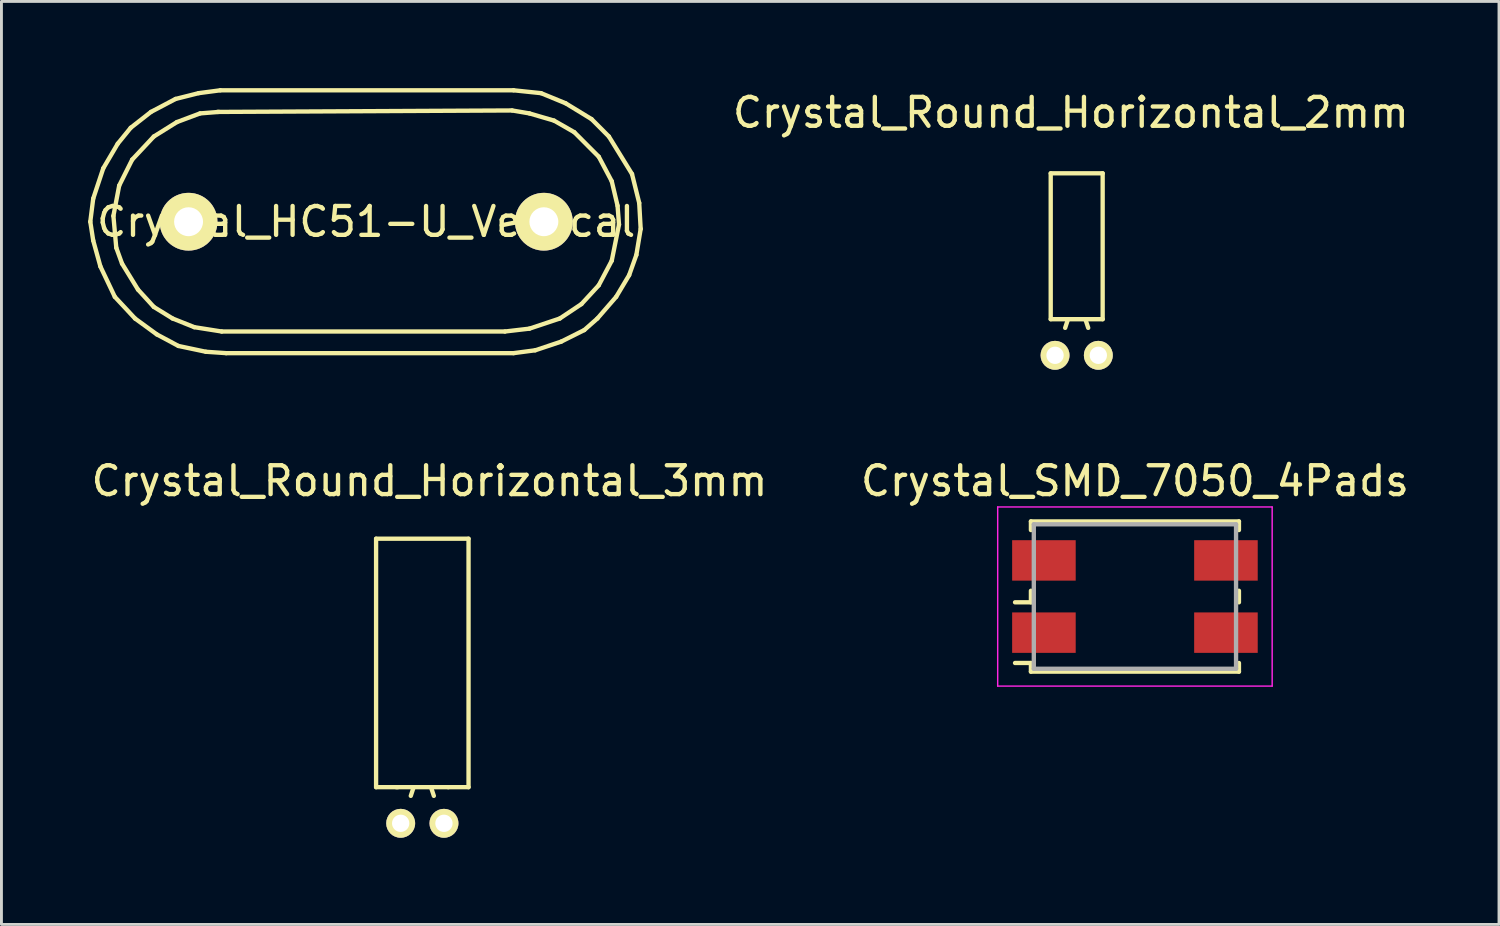
<source format=kicad_pcb>
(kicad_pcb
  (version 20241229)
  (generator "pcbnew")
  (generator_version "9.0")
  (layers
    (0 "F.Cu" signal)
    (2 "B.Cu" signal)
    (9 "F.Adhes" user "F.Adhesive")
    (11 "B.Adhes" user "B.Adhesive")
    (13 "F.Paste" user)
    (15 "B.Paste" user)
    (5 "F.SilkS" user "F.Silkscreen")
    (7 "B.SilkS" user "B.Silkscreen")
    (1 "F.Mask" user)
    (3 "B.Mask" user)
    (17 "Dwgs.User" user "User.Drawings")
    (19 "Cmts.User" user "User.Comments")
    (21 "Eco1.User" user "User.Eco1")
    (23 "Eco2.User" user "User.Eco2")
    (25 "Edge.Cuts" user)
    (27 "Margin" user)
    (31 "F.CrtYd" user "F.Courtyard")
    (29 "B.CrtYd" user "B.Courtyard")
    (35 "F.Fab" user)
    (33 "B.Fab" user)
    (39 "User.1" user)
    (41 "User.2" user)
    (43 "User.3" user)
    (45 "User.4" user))
  (footprint "Crystal_SMD_7050_4Pads"
    (layer "F.Cu")
    (at 36.232 17.597)
    (property "Reference" "Crystal_SMD_7050_4Pads" (at 0 -4 0) (layer "F.SilkS") (effects (font (size 1 1) (thickness 0.15))))
    (attr smd)
    (fp_line (start -3.6 -2.6) (end -3.6 -2.3) (stroke (width 0.15) (type solid)) (layer "F.SilkS"))
    (fp_line (start -3.6 -2.6) (end 3.6 -2.6) (stroke (width 0.15) (type solid)) (layer "F.SilkS"))
    (fp_line (start -3.6 0.2) (end -4.15 0.2) (stroke (width 0.15) (type solid)) (layer "F.SilkS"))
    (fp_line (start -3.6 0.2) (end -3.6 -0.2) (stroke (width 0.15) (type solid)) (layer "F.SilkS"))
    (fp_line (start -3.6 2.3) (end -4.15 2.3) (stroke (width 0.15) (type solid)) (layer "F.SilkS"))
    (fp_line (start -3.6 2.6) (end -3.6 2.3) (stroke (width 0.15) (type solid)) (layer "F.SilkS"))
    (fp_line (start -3.6 2.6) (end 3.6 2.6) (stroke (width 0.15) (type solid)) (layer "F.SilkS"))
    (fp_line (start 3.6 -2.6) (end 3.6 -2.3) (stroke (width 0.15) (type solid)) (layer "F.SilkS"))
    (fp_line (start 3.6 0.2) (end 3.6 -0.2) (stroke (width 0.15) (type solid)) (layer "F.SilkS"))
    (fp_line (start 3.6 2.6) (end 3.6 2.3) (stroke (width 0.15) (type solid)) (layer "F.SilkS"))
    (fp_line (start -4.75 -3.1) (end -4.75 3.1) (stroke (width 0.05) (type solid)) (layer "F.CrtYd"))
    (fp_line (start 4.75 -3.1) (end -4.75 -3.1) (stroke (width 0.05) (type solid)) (layer "F.CrtYd"))
    (fp_line (start 4.75 -3.1) (end 4.75 3.1) (stroke (width 0.05) (type solid)) (layer "F.CrtYd"))
    (fp_line (start 4.75 3.1) (end -4.75 3.1) (stroke (width 0.05) (type solid)) (layer "F.CrtYd"))
    (fp_line (start -3.5 -2.5) (end 3.5 -2.5) (stroke (width 0.15) (type solid)) (layer "F.Fab"))
    (fp_line (start -3.5 2.5) (end -3.5 -2.5) (stroke (width 0.15) (type solid)) (layer "F.Fab"))
    (fp_line (start 3.5 -2.5) (end 3.5 2.5) (stroke (width 0.15) (type solid)) (layer "F.Fab"))
    (fp_line (start 3.5 2.5) (end -3.5 2.5) (stroke (width 0.15) (type solid)) (layer "F.Fab"))
    (pad "1" smd rect (at -3.15 1.25) (size 2.2 1.4) (layers "F.Cu" "F.Mask" "F.Paste"))
    (pad "2" smd rect (at 3.15 -1.25) (size 2.2 1.4) (layers "F.Cu" "F.Mask" "F.Paste"))
    (pad "3" smd rect (at -3.15 -1.25) (size 2.2 1.4) (layers "F.Cu" "F.Mask" "F.Paste"))
    (pad "3" smd rect (at 3.15 1.25) (size 2.2 1.4) (layers "F.Cu" "F.Mask" "F.Paste")))
  (footprint "Crystal_Round_Horizontal_2mm"
    (layer "F.Cu")
    (at 34.216 9.248)
    (property "Reference" "Crystal_Round_Horizontal_2mm" (at -0.201 -8.4 0) (layer "F.SilkS") (effects (font (size 1 1) (thickness 0.15))))
    (attr through_hole)
    (fp_line (start -0.899 -6.299) (end -0.899 -1.25) (stroke (width 0.15) (type solid)) (layer "F.SilkS"))
    (fp_line (start -0.3 -1.25) (end -0.399 -0.95) (stroke (width 0.15) (type solid)) (layer "F.SilkS"))
    (fp_line (start 0.3 -1.25) (end 0.399 -0.95) (stroke (width 0.15) (type solid)) (layer "F.SilkS"))
    (fp_line (start 0.899 -6.299) (end -0.899 -6.299) (stroke (width 0.15) (type solid)) (layer "F.SilkS"))
    (fp_line (start 0.899 -1.25) (end -0.899 -1.25) (stroke (width 0.15) (type solid)) (layer "F.SilkS"))
    (fp_line (start 0.899 -1.25) (end 0.899 -6.299) (stroke (width 0.15) (type solid)) (layer "F.SilkS"))
    (pad "1" thru_hole circle (at -0.749 0) (size 1.001 1.001) (drill 0.599) (layers "*.Cu" "*.Mask" "F.SilkS"))
    (pad "2" thru_hole circle (at 0.749 0) (size 1.001 1.001) (drill 0.599) (layers "*.Cu" "*.Mask" "F.SilkS")))
  (footprint "Crystal_Round_Horizontal_3mm"
    (layer "F.Cu")
    (at 11.567 25.446)
    (property "Reference" "Crystal_Round_Horizontal_3mm" (at 0.249 -11.849 0) (layer "F.SilkS") (effects (font (size 1 1) (thickness 0.15))))
    (attr through_hole)
    (fp_line (start -1.6 -9.85) (end -1.6 -1.25) (stroke (width 0.15) (type solid)) (layer "F.SilkS"))
    (fp_line (start -0.851 -1.25) (end -1.6 -1.25) (stroke (width 0.15) (type solid)) (layer "F.SilkS"))
    (fp_line (start -0.3 -1.25) (end -0.399 -0.95) (stroke (width 0.15) (type solid)) (layer "F.SilkS"))
    (fp_line (start 0.3 -1.25) (end 0.399 -0.95) (stroke (width 0.15) (type solid)) (layer "F.SilkS"))
    (fp_line (start 0.899 -1.25) (end -0.899 -1.25) (stroke (width 0.15) (type solid)) (layer "F.SilkS"))
    (fp_line (start 0.899 -1.25) (end 1.6 -1.25) (stroke (width 0.15) (type solid)) (layer "F.SilkS"))
    (fp_line (start 1.6 -9.85) (end -1.6 -9.85) (stroke (width 0.15) (type solid)) (layer "F.SilkS"))
    (fp_line (start 1.6 -1.25) (end 1.6 -9.85) (stroke (width 0.15) (type solid)) (layer "F.SilkS"))
    (pad "1" thru_hole circle (at -0.749 0) (size 1.001 1.001) (drill 0.599) (layers "*.Cu" "*.Mask" "F.SilkS"))
    (pad "2" thru_hole circle (at 0.749 0) (size 1.001 1.001) (drill 0.599) (layers "*.Cu" "*.Mask" "F.SilkS")))
  (footprint "Crystal_HC51-U_Vertical"
    (layer "F.Cu")
    (at 9.625 4.624)
    (property "Reference" "Crystal_HC51-U_Vertical" (at 0 0 0) (layer "F.SilkS") (effects (font (size 1 1) (thickness 0.15))))
    (attr through_hole)
    (fp_line (start -9.55 0) (end -9.449 -0.8) (stroke (width 0.15) (type solid)) (layer "F.SilkS"))
    (fp_line (start -9.449 -0.8) (end -9.101 -1.849) (stroke (width 0.15) (type solid)) (layer "F.SilkS"))
    (fp_line (start -9.449 0.65) (end -9.55 0) (stroke (width 0.15) (type solid)) (layer "F.SilkS"))
    (fp_line (start -9.2 1.549) (end -9.449 0.65) (stroke (width 0.15) (type solid)) (layer "F.SilkS"))
    (fp_line (start -9.101 -1.849) (end -8.6 -2.7) (stroke (width 0.15) (type solid)) (layer "F.SilkS"))
    (fp_line (start -8.75 -0.201) (end -8.55 -1.25) (stroke (width 0.15) (type solid)) (layer "F.SilkS"))
    (fp_line (start -8.7 2.601) (end -9.2 1.549) (stroke (width 0.15) (type solid)) (layer "F.SilkS"))
    (fp_line (start -8.651 0.899) (end -8.75 -0.201) (stroke (width 0.15) (type solid)) (layer "F.SilkS"))
    (fp_line (start -8.6 -2.7) (end -8.151 -3.251) (stroke (width 0.15) (type solid)) (layer "F.SilkS"))
    (fp_line (start -8.55 -1.25) (end -8.1 -2.149) (stroke (width 0.15) (type solid)) (layer "F.SilkS"))
    (fp_line (start -8.451 1.45) (end -8.651 0.899) (stroke (width 0.15) (type solid)) (layer "F.SilkS"))
    (fp_line (start -8.151 -3.251) (end -7.45 -3.8) (stroke (width 0.15) (type solid)) (layer "F.SilkS"))
    (fp_line (start -8.1 -2.149) (end -7.351 -2.949) (stroke (width 0.15) (type solid)) (layer "F.SilkS"))
    (fp_line (start -8.001 3.35) (end -8.7 2.601) (stroke (width 0.15) (type solid)) (layer "F.SilkS"))
    (fp_line (start -7.899 2.349) (end -8.451 1.45) (stroke (width 0.15) (type solid)) (layer "F.SilkS"))
    (fp_line (start -7.45 -3.8) (end -6.599 -4.249) (stroke (width 0.15) (type solid)) (layer "F.SilkS"))
    (fp_line (start -7.351 -2.949) (end -6.551 -3.449) (stroke (width 0.15) (type solid)) (layer "F.SilkS"))
    (fp_line (start -7.351 2.949) (end -7.899 2.349) (stroke (width 0.15) (type solid)) (layer "F.SilkS"))
    (fp_line (start -7.249 3.899) (end -8.001 3.35) (stroke (width 0.15) (type solid)) (layer "F.SilkS"))
    (fp_line (start -6.701 3.35) (end -7.351 2.949) (stroke (width 0.15) (type solid)) (layer "F.SilkS"))
    (fp_line (start -6.599 -4.249) (end -5.799 -4.45) (stroke (width 0.15) (type solid)) (layer "F.SilkS"))
    (fp_line (start -6.551 -3.449) (end -5.751 -3.749) (stroke (width 0.15) (type solid)) (layer "F.SilkS"))
    (fp_line (start -6.5 4.3) (end -7.249 3.899) (stroke (width 0.15) (type solid)) (layer "F.SilkS"))
    (fp_line (start -5.951 3.65) (end -6.701 3.35) (stroke (width 0.15) (type solid)) (layer "F.SilkS"))
    (fp_line (start -5.799 -4.45) (end -5.05 -4.549) (stroke (width 0.15) (type solid)) (layer "F.SilkS"))
    (fp_line (start -5.751 -3.749) (end -5.1 -3.8) (stroke (width 0.15) (type solid)) (layer "F.SilkS"))
    (fp_line (start -5.55 4.501) (end -6.5 4.3) (stroke (width 0.15) (type solid)) (layer "F.SilkS"))
    (fp_line (start -5.151 -3.8) (end 5.05 -3.851) (stroke (width 0.15) (type solid)) (layer "F.SilkS"))
    (fp_line (start -5.05 -4.549) (end 5.1 -4.549) (stroke (width 0.15) (type solid)) (layer "F.SilkS"))
    (fp_line (start -5.001 3.8) (end -5.951 3.65) (stroke (width 0.15) (type solid)) (layer "F.SilkS"))
    (fp_line (start -4.849 4.549) (end -5.55 4.501) (stroke (width 0.15) (type solid)) (layer "F.SilkS"))
    (fp_line (start 4.801 3.8) (end -5.001 3.8) (stroke (width 0.15) (type solid)) (layer "F.SilkS"))
    (fp_line (start 5.05 -3.851) (end 5.649 -3.749) (stroke (width 0.15) (type solid)) (layer "F.SilkS"))
    (fp_line (start 5.1 -4.549) (end 6.05 -4.45) (stroke (width 0.15) (type solid)) (layer "F.SilkS"))
    (fp_line (start 5.1 4.549) (end -4.849 4.549) (stroke (width 0.15) (type solid)) (layer "F.SilkS"))
    (fp_line (start 5.649 -3.749) (end 6.5 -3.5) (stroke (width 0.15) (type solid)) (layer "F.SilkS"))
    (fp_line (start 5.649 3.701) (end 4.801 3.8) (stroke (width 0.15) (type solid)) (layer "F.SilkS"))
    (fp_line (start 5.85 4.45) (end 5.1 4.549) (stroke (width 0.15) (type solid)) (layer "F.SilkS"))
    (fp_line (start 6.05 -4.45) (end 6.901 -4.1) (stroke (width 0.15) (type solid)) (layer "F.SilkS"))
    (fp_line (start 6.5 -3.5) (end 7.201 -3.099) (stroke (width 0.15) (type solid)) (layer "F.SilkS"))
    (fp_line (start 6.701 3.35) (end 5.649 3.701) (stroke (width 0.15) (type solid)) (layer "F.SilkS"))
    (fp_line (start 6.749 4.15) (end 5.85 4.45) (stroke (width 0.15) (type solid)) (layer "F.SilkS"))
    (fp_line (start 6.901 -4.1) (end 7.8 -3.551) (stroke (width 0.15) (type solid)) (layer "F.SilkS"))
    (fp_line (start 7.201 -3.099) (end 8.049 -2.25) (stroke (width 0.15) (type solid)) (layer "F.SilkS"))
    (fp_line (start 7.45 2.85) (end 6.701 3.35) (stroke (width 0.15) (type solid)) (layer "F.SilkS"))
    (fp_line (start 7.549 3.749) (end 6.749 4.15) (stroke (width 0.15) (type solid)) (layer "F.SilkS"))
    (fp_line (start 7.8 -3.551) (end 8.4 -2.949) (stroke (width 0.15) (type solid)) (layer "F.SilkS"))
    (fp_line (start 8.001 3.35) (end 7.549 3.749) (stroke (width 0.15) (type solid)) (layer "F.SilkS"))
    (fp_line (start 8.049 -2.25) (end 8.499 -1.4) (stroke (width 0.15) (type solid)) (layer "F.SilkS"))
    (fp_line (start 8.049 2.2) (end 7.45 2.85) (stroke (width 0.15) (type solid)) (layer "F.SilkS"))
    (fp_line (start 8.4 -2.949) (end 9.2 -1.651) (stroke (width 0.15) (type solid)) (layer "F.SilkS"))
    (fp_line (start 8.499 -1.4) (end 8.7 -0.551) (stroke (width 0.15) (type solid)) (layer "F.SilkS"))
    (fp_line (start 8.499 1.349) (end 8.049 2.2) (stroke (width 0.15) (type solid)) (layer "F.SilkS"))
    (fp_line (start 8.651 2.601) (end 8.001 3.35) (stroke (width 0.15) (type solid)) (layer "F.SilkS"))
    (fp_line (start 8.7 -0.551) (end 8.75 0.099) (stroke (width 0.15) (type solid)) (layer "F.SilkS"))
    (fp_line (start 8.75 0.099) (end 8.499 1.349) (stroke (width 0.15) (type solid)) (layer "F.SilkS"))
    (fp_line (start 9.101 1.849) (end 8.651 2.601) (stroke (width 0.15) (type solid)) (layer "F.SilkS"))
    (fp_line (start 9.2 -1.651) (end 9.449 -0.65) (stroke (width 0.15) (type solid)) (layer "F.SilkS"))
    (fp_line (start 9.35 1.151) (end 9.101 1.849) (stroke (width 0.15) (type solid)) (layer "F.SilkS"))
    (fp_line (start 9.449 -0.65) (end 9.5 0.249) (stroke (width 0.15) (type solid)) (layer "F.SilkS"))
    (fp_line (start 9.5 0.249) (end 9.35 1.151) (stroke (width 0.15) (type solid)) (layer "F.SilkS"))
    (pad "1" thru_hole circle (at -6.149 0) (size 1.999 1.999) (drill 1.001) (layers "*.Cu" "*.Mask" "F.SilkS"))
    (pad "2" thru_hole circle (at 6.149 0) (size 1.999 1.999) (drill 1.001) (layers "*.Cu" "*.Mask" "F.SilkS")))
  (gr_rect
    (start -3 -3)
    (end 48.833 28.946)
    (stroke (width 0.1) (type default))
    (fill no)
    (layer "Edge.Cuts")))
</source>
